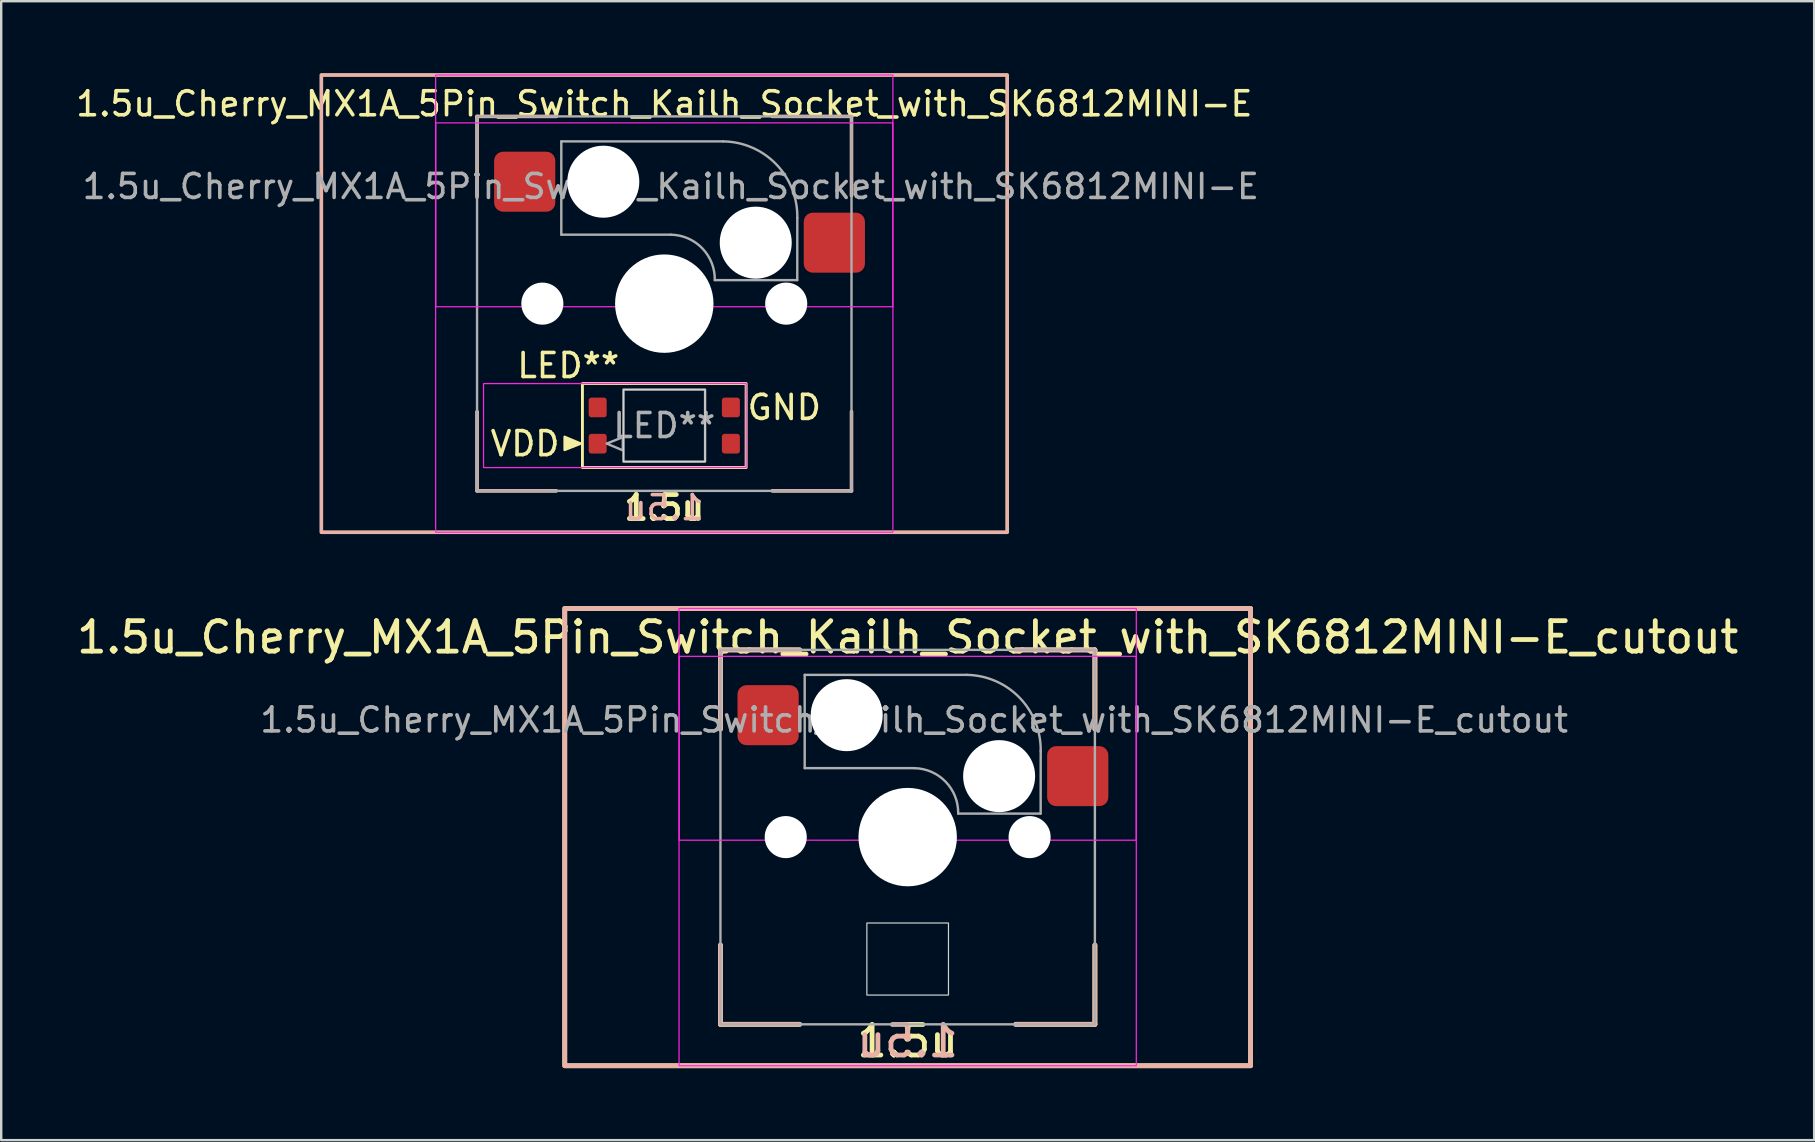
<source format=kicad_pcb>
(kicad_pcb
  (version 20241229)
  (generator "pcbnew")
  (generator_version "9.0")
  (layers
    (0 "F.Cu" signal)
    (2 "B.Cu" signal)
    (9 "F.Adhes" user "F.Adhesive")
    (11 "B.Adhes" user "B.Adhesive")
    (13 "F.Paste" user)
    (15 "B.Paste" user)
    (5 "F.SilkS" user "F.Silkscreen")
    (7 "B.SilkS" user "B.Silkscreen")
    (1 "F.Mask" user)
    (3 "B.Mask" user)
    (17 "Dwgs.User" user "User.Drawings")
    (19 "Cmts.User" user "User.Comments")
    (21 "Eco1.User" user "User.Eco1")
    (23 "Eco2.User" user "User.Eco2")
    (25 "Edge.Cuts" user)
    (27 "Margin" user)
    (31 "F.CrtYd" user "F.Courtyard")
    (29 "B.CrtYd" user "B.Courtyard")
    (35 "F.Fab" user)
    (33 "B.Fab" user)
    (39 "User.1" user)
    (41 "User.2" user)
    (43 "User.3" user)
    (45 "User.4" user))
  (footprint "1.5u_Cherry_MX1A_5Pin_Switch_Kailh_Socket_with_SK6812MINI-E_cutout"
    (layer "F.Cu")
    (at 34.765 31.825)
    (property "Reference" "1.5u_Cherry_MX1A_5Pin_Switch_Kailh_Socket_with_SK6812MINI-E_cutout" (at 0 -8.325 0) (layer "F.SilkS") (effects (font (size 1.27 1.27) (thickness 0.2))))
    (property "Size" "1.5u" (at 0 8.5 0) (layer "F.SilkS") (effects (font (size 1.27 1.27) (thickness 0.2) (bold yes))))
    (attr smd)
    (fp_line (start -7.8 -7.8) (end -7.8 -4.5) (stroke (width 0.2) (type default)) (layer "F.SilkS"))
    (fp_line (start -7.8 -7.8) (end -4.5 -7.8) (stroke (width 0.2) (type default)) (layer "F.SilkS"))
    (fp_line (start -7.8 7.8) (end -7.8 4.5) (stroke (width 0.2) (type solid)) (layer "F.SilkS"))
    (fp_line (start -7.8 7.8) (end -4.5 7.8) (stroke (width 0.2) (type default)) (layer "F.SilkS"))
    (fp_line (start 7.8 -7.8) (end 4.5 -7.8) (stroke (width 0.2) (type default)) (layer "F.SilkS"))
    (fp_line (start 7.8 -7.8) (end 7.8 -4.5) (stroke (width 0.2) (type default)) (layer "F.SilkS"))
    (fp_line (start 7.8 7.8) (end 4.5 7.8) (stroke (width 0.2) (type default)) (layer "F.SilkS"))
    (fp_line (start 7.8 7.8) (end 7.8 4.5) (stroke (width 0.2) (type default)) (layer "F.SilkS"))
    (fp_rect (start -14.287 -9.525) (end 14.287 9.525) (stroke (width 0.2) (type default)) (fill no) (layer "F.SilkS"))
    (fp_line (start -7.8 -7.8) (end -7.8 -4.5) (stroke (width 0.2) (type default)) (layer "B.SilkS"))
    (fp_line (start -7.8 -7.8) (end -4.5 -7.8) (stroke (width 0.2) (type default)) (layer "B.SilkS"))
    (fp_line (start -7.8 7.8) (end -7.8 4.5) (stroke (width 0.2) (type default)) (layer "B.SilkS"))
    (fp_line (start -7.8 7.8) (end -4.5 7.8) (stroke (width 0.2) (type default)) (layer "B.SilkS"))
    (fp_line (start 7.8 -7.8) (end 4.5 -7.8) (stroke (width 0.2) (type default)) (layer "B.SilkS"))
    (fp_line (start 7.8 -7.8) (end 7.8 -4.5) (stroke (width 0.2) (type default)) (layer "B.SilkS"))
    (fp_line (start 7.8 7.8) (end 4.5 7.8) (stroke (width 0.2) (type default)) (layer "B.SilkS"))
    (fp_line (start 7.8 7.8) (end 7.8 4.5) (stroke (width 0.2) (type default)) (layer "B.SilkS"))
    (fp_rect (start -14.287 -9.525) (end 14.287 9.525) (stroke (width 0.2) (type default)) (fill no) (layer "B.SilkS"))
    (fp_rect (start -1.7 3.58) (end 1.7 6.58) (stroke (width 0.05) (type default)) (fill no) (layer "Edge.Cuts"))
    (fp_rect (start -9.525 -9.525) (end 9.525 9.525) (stroke (width 0.05) (type default)) (fill no) (layer "F.CrtYd"))
    (fp_rect (start -9.52 -7.53) (end 9.52 0.13) (stroke (width 0.05) (type default)) (fill no) (layer "F.CrtYd"))
    (fp_line (start -4.29 -2.873) (end -4.29 -6.759) (stroke (width 0.1) (type default)) (layer "F.Fab"))
    (fp_line (start 0.269 -2.873) (end -4.29 -2.873) (stroke (width 0.1) (type default)) (layer "F.Fab"))
    (fp_line (start 2.455 -6.759) (end -4.29 -6.759) (stroke (width 0.1) (type default)) (layer "F.Fab"))
    (fp_line (start 5.54 -0.98) (end 2.105 -0.98) (stroke (width 0.1) (type default)) (layer "F.Fab"))
    (fp_line (start 5.54 -0.98) (end 5.542 -3.577) (stroke (width 0.1) (type default)) (layer "F.Fab"))
    (fp_rect (start -7.8 -7.8) (end 7.8 7.8) (stroke (width 0.1) (type default)) (fill no) (layer "F.Fab"))
    (fp_arc (start 0.268782 -2.872715) (mid 1.580341 -2.308063) (end 2.105 -0.98) (stroke (width 0.1) (type default)) (layer "F.Fab"))
    (fp_arc (start 2.45495 -6.759322) (mid 4.66 -5.81) (end 5.542076 -3.577199) (stroke (width 0.1) (type default)) (layer "F.Fab"))
    (fp_text user "${Size}" (at 0 8.5 0) (unlocked yes) (layer "B.SilkS") (effects (font (size 1.27 1.27) (thickness 0.2) (bold yes)) (justify mirror)))
    (fp_text user "${REFERENCE}" (at 0.269 -4.88 0) (layer "F.Fab") (effects (font (size 1 1) (thickness 0.15))))
    (pad "" np_thru_hole circle (at -5.08 0) (size 1.753 1.753) (drill 1.753) (layers "*.Cu" "*.Mask"))
    (pad "" np_thru_hole circle (at -2.54 -5.08) (size 3 3) (drill 3) (layers "*.Cu" "*.Mask"))
    (pad "" np_thru_hole circle (at 0 0) (size 4.1 4.1) (drill 4.1) (layers "*.Cu" "*.Mask"))
    (pad "" np_thru_hole circle (at 3.81 -2.54) (size 3 3) (drill 3) (layers "*.Cu" "*.Mask"))
    (pad "" np_thru_hole circle (at 5.08 0) (size 1.753 1.753) (drill 1.753) (layers "*.Cu" "*.Mask"))
    (pad "1" smd roundrect (at -5.815 -5.08) (size 2.55 2.5) (layers "F.Cu" "F.Mask" "F.Paste") (roundrect_rratio 0.15))
    (pad "2" smd roundrect (at 7.085 -2.54) (size 2.55 2.5) (layers "F.Cu" "F.Mask" "F.Paste") (roundrect_rratio 0.15)))
  (footprint "1.5u_Cherry_MX1A_5Pin_Switch_Kailh_Socket_with_SK6812MINI-E"
    (layer "F.Cu")
    (at 24.625 9.6)
    (property "Reference" "1.5u_Cherry_MX1A_5Pin_Switch_Kailh_Socket_with_SK6812MINI-E" (at 0 -8.325 0) (layer "F.SilkS") (effects (font (size 1 1) (thickness 0.15))))
    (property "LED_Reference" "LED**" (at -4 2.58 0) (layer "F.SilkS") (effects (font (size 1 1) (thickness 0.15))))
    (property "Size" "1.5u" (at 0 8.5 0) (layer "F.SilkS") (effects (font (size 1 1) (thickness 0.2) (bold yes))))
    (attr smd)
    (fp_line (start -7.8 -7.8) (end -7.8 -4.5) (stroke (width 0.12) (type default)) (layer "F.SilkS"))
    (fp_line (start -7.8 -7.8) (end -4.5 -7.8) (stroke (width 0.12) (type default)) (layer "F.SilkS"))
    (fp_line (start -7.8 7.8) (end -7.8 4.5) (stroke (width 0.12) (type solid)) (layer "F.SilkS"))
    (fp_line (start -7.8 7.8) (end -4.5 7.8) (stroke (width 0.12) (type default)) (layer "F.SilkS"))
    (fp_line (start 7.8 -7.8) (end 4.5 -7.8) (stroke (width 0.12) (type default)) (layer "F.SilkS"))
    (fp_line (start 7.8 -7.8) (end 7.8 -4.5) (stroke (width 0.12) (type default)) (layer "F.SilkS"))
    (fp_line (start 7.8 7.8) (end 4.5 7.8) (stroke (width 0.12) (type default)) (layer "F.SilkS"))
    (fp_line (start 7.8 7.8) (end 7.8 4.5) (stroke (width 0.12) (type default)) (layer "F.SilkS"))
    (fp_rect (start -14.287 -9.525) (end 14.287 9.525) (stroke (width 0.12) (type default)) (fill no) (layer "F.SilkS"))
    (fp_rect (start -3.41 3.33) (end 3.41 6.83) (stroke (width 0.12) (type default)) (fill no) (layer "F.SilkS"))
    (fp_poly (pts (xy -3.48 5.83) (xy -4.153 5.547) (xy -4.153 5.55) (xy -4.153 6.097)) (stroke (width 0.1) (type solid)) (fill yes) (layer "F.SilkS"))
    (fp_line (start -7.8 -7.8) (end -7.8 -4.5) (stroke (width 0.15) (type default)) (layer "B.SilkS"))
    (fp_line (start -7.8 -7.8) (end -4.5 -7.8) (stroke (width 0.15) (type default)) (layer "B.SilkS"))
    (fp_line (start -7.8 7.8) (end -7.8 4.5) (stroke (width 0.15) (type default)) (layer "B.SilkS"))
    (fp_line (start -7.8 7.8) (end -4.5 7.8) (stroke (width 0.15) (type default)) (layer "B.SilkS"))
    (fp_line (start 7.8 -7.8) (end 4.5 -7.8) (stroke (width 0.15) (type default)) (layer "B.SilkS"))
    (fp_line (start 7.8 -7.8) (end 7.8 -4.5) (stroke (width 0.15) (type default)) (layer "B.SilkS"))
    (fp_line (start 7.8 7.8) (end 4.5 7.8) (stroke (width 0.15) (type default)) (layer "B.SilkS"))
    (fp_line (start 7.8 7.8) (end 7.8 4.5) (stroke (width 0.15) (type default)) (layer "B.SilkS"))
    (fp_rect (start -14.287 -9.525) (end 14.287 9.525) (stroke (width 0.15) (type default)) (fill no) (layer "B.SilkS"))
    (fp_rect (start -1.7 3.58) (end 1.7 6.58) (stroke (width 0.05) (type default)) (fill no) (layer "Edge.Cuts"))
    (fp_rect (start -9.525 -9.525) (end 9.525 9.525) (stroke (width 0.05) (type default)) (fill no) (layer "F.CrtYd"))
    (fp_rect (start -9.52 -7.53) (end 9.52 0.13) (stroke (width 0.05) (type default)) (fill no) (layer "F.CrtYd"))
    (fp_rect (start -7.53 3.33) (end 3.41 6.83) (stroke (width 0.05) (type default)) (fill no) (layer "F.CrtYd"))
    (fp_line (start -4.29 -2.873) (end -4.29 -6.759) (stroke (width 0.1) (type default)) (layer "F.Fab"))
    (fp_line (start 0.269 -2.873) (end -4.29 -2.873) (stroke (width 0.1) (type default)) (layer "F.Fab"))
    (fp_line (start 2.455 -6.759) (end -4.29 -6.759) (stroke (width 0.1) (type default)) (layer "F.Fab"))
    (fp_line (start 5.54 -0.98) (end 2.105 -0.98) (stroke (width 0.1) (type default)) (layer "F.Fab"))
    (fp_line (start 5.54 -0.98) (end 5.542 -3.577) (stroke (width 0.1) (type default)) (layer "F.Fab"))
    (fp_rect (start -7.8 -7.8) (end 7.8 7.8) (stroke (width 0.1) (type default)) (fill no) (layer "F.Fab"))
    (fp_rect (start -1.7 3.58) (end 1.7 6.58) (stroke (width 0.1) (type default)) (fill no) (layer "F.Fab"))
    (fp_arc (start 0.268782 -2.872715) (mid 1.580341 -2.308063) (end 2.105 -0.98) (stroke (width 0.1) (type default)) (layer "F.Fab"))
    (fp_arc (start 2.45495 -6.759322) (mid 4.66 -5.81) (end 5.542076 -3.577199) (stroke (width 0.1) (type default)) (layer "F.Fab"))
    (fp_poly (pts (xy -2.4 5.83) (xy -1.727 6.113) (xy -1.727 6.11) (xy -1.727 5.563)) (stroke (width 0.1) (type solid)) (fill no) (layer "F.Fab"))
    (fp_text user "VDD" (at -5.8 5.835 0) (unlocked yes) (layer "F.SilkS") (effects (font (size 1 1) (thickness 0.15))))
    (fp_text user "GND" (at 5 4.325 0) (unlocked yes) (layer "F.SilkS") (effects (font (size 1 1) (thickness 0.15))))
    (fp_text user "${Size}" (at 0 8.5 0) (unlocked yes) (layer "B.SilkS") (effects (font (size 1 1) (thickness 0.15)) (justify mirror)))
    (fp_text user "${LED_Reference}" (at 0 5.08 0) (unlocked yes) (layer "F.Fab") (effects (font (size 1 1) (thickness 0.15))))
    (fp_text user "${REFERENCE}" (at 0.269 -4.88 0) (layer "F.Fab") (effects (font (size 1 1) (thickness 0.15))))
    (pad "" np_thru_hole circle (at -5.08 0) (size 1.753 1.753) (drill 1.753) (layers "*.Cu" "*.Mask"))
    (pad "" np_thru_hole circle (at -2.54 -5.08) (size 3 3) (drill 3) (layers "*.Cu" "*.Mask"))
    (pad "" np_thru_hole circle (at 0 0) (size 4.1 4.1) (drill 4.1) (layers "*.Cu" "*.Mask"))
    (pad "" np_thru_hole circle (at 3.81 -2.54) (size 3 3) (drill 3) (layers "*.Cu" "*.Mask"))
    (pad "" np_thru_hole circle (at 5.08 0) (size 1.753 1.753) (drill 1.753) (layers "*.Cu" "*.Mask"))
    (pad "1" smd roundrect (at -2.775 5.835) (size 0.75 0.82) (layers "F.Cu" "F.Mask" "F.Paste") (roundrect_rratio 0.15))
    (pad "2" smd roundrect (at -2.775 4.325) (size 0.75 0.82) (layers "F.Cu" "F.Mask" "F.Paste") (roundrect_rratio 0.15))
    (pad "3" smd roundrect (at 2.775 4.325) (size 0.75 0.82) (layers "F.Cu" "F.Mask" "F.Paste") (roundrect_rratio 0.15))
    (pad "4" smd roundrect (at 2.775 5.835) (size 0.75 0.82) (layers "F.Cu" "F.Mask" "F.Paste") (roundrect_rratio 0.15))
    (pad "5" smd roundrect (at -5.815 -5.08) (size 2.55 2.5) (layers "F.Cu" "F.Mask" "F.Paste") (roundrect_rratio 0.15))
    (pad "6" smd roundrect (at 7.085 -2.54) (size 2.55 2.5) (layers "F.Cu" "F.Mask" "F.Paste") (roundrect_rratio 0.15)))
  (gr_rect
    (start -3 -3)
    (end 72.531 44.45)
    (stroke (width 0.1) (type default))
    (fill no)
    (layer "Edge.Cuts")))
</source>
